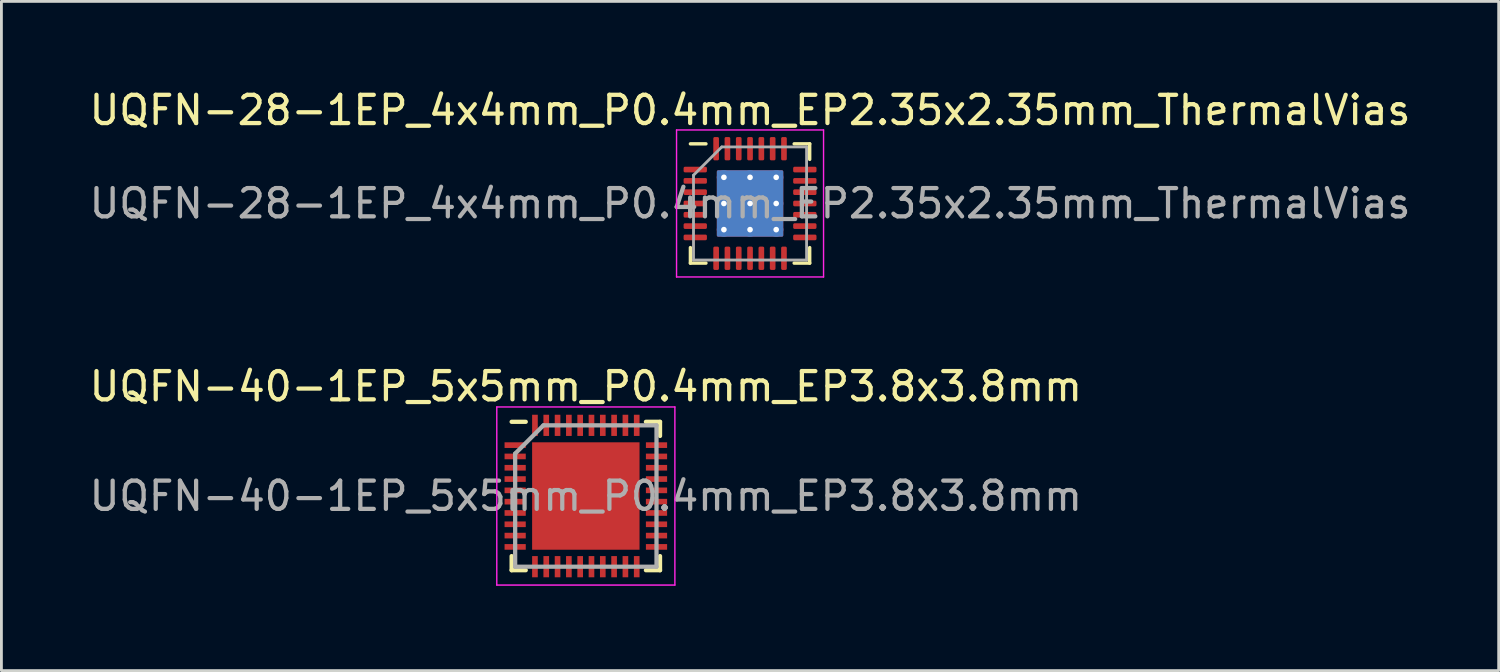
<source format=kicad_pcb>
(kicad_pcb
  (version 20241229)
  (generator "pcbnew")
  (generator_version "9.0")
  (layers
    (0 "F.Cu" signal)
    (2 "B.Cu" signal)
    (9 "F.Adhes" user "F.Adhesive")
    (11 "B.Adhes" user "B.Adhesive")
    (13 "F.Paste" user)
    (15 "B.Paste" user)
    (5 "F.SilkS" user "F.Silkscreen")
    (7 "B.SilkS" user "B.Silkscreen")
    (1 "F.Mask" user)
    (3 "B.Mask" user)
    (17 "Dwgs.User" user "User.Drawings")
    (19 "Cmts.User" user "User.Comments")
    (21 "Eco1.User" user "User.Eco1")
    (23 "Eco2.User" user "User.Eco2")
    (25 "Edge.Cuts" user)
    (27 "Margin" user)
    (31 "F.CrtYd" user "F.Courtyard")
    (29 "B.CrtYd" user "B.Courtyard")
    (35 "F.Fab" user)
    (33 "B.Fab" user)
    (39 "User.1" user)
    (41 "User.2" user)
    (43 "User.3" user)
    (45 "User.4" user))
  (footprint "UQFN-28-1EP_4x4mm_P0.4mm_EP2.35x2.35mm_ThermalVias"
    (layer "F.Cu")
    (at 23.482 4.148)
    (property "Reference" "UQFN-28-1EP_4x4mm_P0.4mm_EP2.35x2.35mm_ThermalVias" (at 0 -3.3 0) (layer "F.SilkS") (effects (font (size 1 1) (thickness 0.15))))
    (attr smd)
    (fp_line (start -2.11 2.11) (end -2.11 1.56) (stroke (width 0.12) (type solid)) (layer "F.SilkS"))
    (fp_line (start -1.56 -2.11) (end -2.11 -2.11) (stroke (width 0.12) (type solid)) (layer "F.SilkS"))
    (fp_line (start -1.56 2.11) (end -2.11 2.11) (stroke (width 0.12) (type solid)) (layer "F.SilkS"))
    (fp_line (start 1.56 -2.11) (end 2.11 -2.11) (stroke (width 0.12) (type solid)) (layer "F.SilkS"))
    (fp_line (start 1.56 2.11) (end 2.11 2.11) (stroke (width 0.12) (type solid)) (layer "F.SilkS"))
    (fp_line (start 2.11 -2.11) (end 2.11 -1.56) (stroke (width 0.12) (type solid)) (layer "F.SilkS"))
    (fp_line (start 2.11 2.11) (end 2.11 1.56) (stroke (width 0.12) (type solid)) (layer "F.SilkS"))
    (fp_line (start -2.6 -2.6) (end -2.6 2.6) (stroke (width 0.05) (type solid)) (layer "F.CrtYd"))
    (fp_line (start -2.6 2.6) (end 2.6 2.6) (stroke (width 0.05) (type solid)) (layer "F.CrtYd"))
    (fp_line (start 2.6 -2.6) (end -2.6 -2.6) (stroke (width 0.05) (type solid)) (layer "F.CrtYd"))
    (fp_line (start 2.6 2.6) (end 2.6 -2.6) (stroke (width 0.05) (type solid)) (layer "F.CrtYd"))
    (fp_line (start -2 -1) (end -1 -2) (stroke (width 0.1) (type solid)) (layer "F.Fab"))
    (fp_line (start -2 2) (end -2 -1) (stroke (width 0.1) (type solid)) (layer "F.Fab"))
    (fp_line (start -1 -2) (end 2 -2) (stroke (width 0.1) (type solid)) (layer "F.Fab"))
    (fp_line (start 2 -2) (end 2 2) (stroke (width 0.1) (type solid)) (layer "F.Fab"))
    (fp_line (start 2 2) (end -2 2) (stroke (width 0.1) (type solid)) (layer "F.Fab"))
    (fp_text user "${REFERENCE}" (at 0 0 0) (layer "F.Fab") (effects (font (size 1 1) (thickness 0.15))))
    (pad "" smd roundrect (at -0.59 -0.59) (size 0.98 0.98) (layers "F.Paste") (roundrect_rratio 0.25))
    (pad "" smd roundrect (at -0.59 0.59) (size 0.98 0.98) (layers "F.Paste") (roundrect_rratio 0.25))
    (pad "" smd roundrect (at 0.59 -0.59) (size 0.98 0.98) (layers "F.Paste") (roundrect_rratio 0.25))
    (pad "" smd roundrect (at 0.59 0.59) (size 0.98 0.98) (layers "F.Paste") (roundrect_rratio 0.25))
    (pad "1" smd roundrect (at -1.938 -1.2) (size 0.825 0.2) (layers "F.Cu" "F.Mask" "F.Paste") (roundrect_rratio 0.25))
    (pad "2" smd roundrect (at -1.938 -0.8) (size 0.825 0.2) (layers "F.Cu" "F.Mask" "F.Paste") (roundrect_rratio 0.25))
    (pad "3" smd roundrect (at -1.938 -0.4) (size 0.825 0.2) (layers "F.Cu" "F.Mask" "F.Paste") (roundrect_rratio 0.25))
    (pad "4" smd roundrect (at -1.938 0) (size 0.825 0.2) (layers "F.Cu" "F.Mask" "F.Paste") (roundrect_rratio 0.25))
    (pad "5" smd roundrect (at -1.938 0.4) (size 0.825 0.2) (layers "F.Cu" "F.Mask" "F.Paste") (roundrect_rratio 0.25))
    (pad "6" smd roundrect (at -1.938 0.8) (size 0.825 0.2) (layers "F.Cu" "F.Mask" "F.Paste") (roundrect_rratio 0.25))
    (pad "7" smd roundrect (at -1.938 1.2) (size 0.825 0.2) (layers "F.Cu" "F.Mask" "F.Paste") (roundrect_rratio 0.25))
    (pad "8" smd roundrect (at -1.2 1.938) (size 0.2 0.825) (layers "F.Cu" "F.Mask" "F.Paste") (roundrect_rratio 0.25))
    (pad "9" smd roundrect (at -0.8 1.938) (size 0.2 0.825) (layers "F.Cu" "F.Mask" "F.Paste") (roundrect_rratio 0.25))
    (pad "10" smd roundrect (at -0.4 1.938) (size 0.2 0.825) (layers "F.Cu" "F.Mask" "F.Paste") (roundrect_rratio 0.25))
    (pad "11" smd roundrect (at 0 1.938) (size 0.2 0.825) (layers "F.Cu" "F.Mask" "F.Paste") (roundrect_rratio 0.25))
    (pad "12" smd roundrect (at 0.4 1.938) (size 0.2 0.825) (layers "F.Cu" "F.Mask" "F.Paste") (roundrect_rratio 0.25))
    (pad "13" smd roundrect (at 0.8 1.938) (size 0.2 0.825) (layers "F.Cu" "F.Mask" "F.Paste") (roundrect_rratio 0.25))
    (pad "14" smd roundrect (at 1.2 1.938) (size 0.2 0.825) (layers "F.Cu" "F.Mask" "F.Paste") (roundrect_rratio 0.25))
    (pad "15" smd roundrect (at 1.938 1.2) (size 0.825 0.2) (layers "F.Cu" "F.Mask" "F.Paste") (roundrect_rratio 0.25))
    (pad "16" smd roundrect (at 1.938 0.8) (size 0.825 0.2) (layers "F.Cu" "F.Mask" "F.Paste") (roundrect_rratio 0.25))
    (pad "17" smd roundrect (at 1.938 0.4) (size 0.825 0.2) (layers "F.Cu" "F.Mask" "F.Paste") (roundrect_rratio 0.25))
    (pad "18" smd roundrect (at 1.938 0) (size 0.825 0.2) (layers "F.Cu" "F.Mask" "F.Paste") (roundrect_rratio 0.25))
    (pad "19" smd roundrect (at 1.938 -0.4) (size 0.825 0.2) (layers "F.Cu" "F.Mask" "F.Paste") (roundrect_rratio 0.25))
    (pad "20" smd roundrect (at 1.938 -0.8) (size 0.825 0.2) (layers "F.Cu" "F.Mask" "F.Paste") (roundrect_rratio 0.25))
    (pad "21" smd roundrect (at 1.938 -1.2) (size 0.825 0.2) (layers "F.Cu" "F.Mask" "F.Paste") (roundrect_rratio 0.25))
    (pad "22" smd roundrect (at 1.2 -1.938) (size 0.2 0.825) (layers "F.Cu" "F.Mask" "F.Paste") (roundrect_rratio 0.25))
    (pad "23" smd roundrect (at 0.8 -1.938) (size 0.2 0.825) (layers "F.Cu" "F.Mask" "F.Paste") (roundrect_rratio 0.25))
    (pad "24" smd roundrect (at 0.4 -1.938) (size 0.2 0.825) (layers "F.Cu" "F.Mask" "F.Paste") (roundrect_rratio 0.25))
    (pad "25" smd roundrect (at 0 -1.938) (size 0.2 0.825) (layers "F.Cu" "F.Mask" "F.Paste") (roundrect_rratio 0.25))
    (pad "26" smd roundrect (at -0.4 -1.938) (size 0.2 0.825) (layers "F.Cu" "F.Mask" "F.Paste") (roundrect_rratio 0.25))
    (pad "27" smd roundrect (at -0.8 -1.938) (size 0.2 0.825) (layers "F.Cu" "F.Mask" "F.Paste") (roundrect_rratio 0.25))
    (pad "28" smd roundrect (at -1.2 -1.938) (size 0.2 0.825) (layers "F.Cu" "F.Mask" "F.Paste") (roundrect_rratio 0.25))
    (pad "29" thru_hole circle (at -0.925 -0.925) (size 0.5 0.5) (drill 0.2) (layers "*.Cu"))
    (pad "29" thru_hole circle (at -0.925 0) (size 0.5 0.5) (drill 0.2) (layers "*.Cu"))
    (pad "29" thru_hole circle (at -0.925 0.925) (size 0.5 0.5) (drill 0.2) (layers "*.Cu"))
    (pad "29" thru_hole circle (at 0 -0.925) (size 0.5 0.5) (drill 0.2) (layers "*.Cu"))
    (pad "29" thru_hole circle (at 0 0) (size 0.5 0.5) (drill 0.2) (layers "*.Cu"))
    (pad "29" smd roundrect (at 0 0) (size 2.35 2.35) (layers "F.Cu" "F.Mask") (roundrect_rratio 0.021))
    (pad "29" smd roundrect (at 0 0) (size 2.35 2.35) (layers "B.Cu") (roundrect_rratio 0.021))
    (pad "29" thru_hole circle (at 0 0.925) (size 0.5 0.5) (drill 0.2) (layers "*.Cu"))
    (pad "29" thru_hole circle (at 0.925 -0.925) (size 0.5 0.5) (drill 0.2) (layers "*.Cu"))
    (pad "29" thru_hole circle (at 0.925 0) (size 0.5 0.5) (drill 0.2) (layers "*.Cu"))
    (pad "29" thru_hole circle (at 0.925 0.925) (size 0.5 0.5) (drill 0.2) (layers "*.Cu")))
  (footprint "UQFN-40-1EP_5x5mm_P0.4mm_EP3.8x3.8mm"
    (layer "F.Cu")
    (at 17.673 14.496)
    (property "Reference" "UQFN-40-1EP_5x5mm_P0.4mm_EP3.8x3.8mm" (at 0 -3.875 0) (layer "F.SilkS") (effects (font (size 1 1) (thickness 0.15))))
    (attr smd)
    (fp_line (start -2.625 -2.625) (end -2.125 -2.625) (stroke (width 0.15) (type solid)) (layer "F.SilkS"))
    (fp_line (start -2.625 2.625) (end -2.625 2.125) (stroke (width 0.15) (type solid)) (layer "F.SilkS"))
    (fp_line (start -2.625 2.625) (end -2.125 2.625) (stroke (width 0.15) (type solid)) (layer "F.SilkS"))
    (fp_line (start 2.625 -2.625) (end 2.125 -2.625) (stroke (width 0.15) (type solid)) (layer "F.SilkS"))
    (fp_line (start 2.625 -2.625) (end 2.625 -2.125) (stroke (width 0.15) (type solid)) (layer "F.SilkS"))
    (fp_line (start 2.625 2.625) (end 2.125 2.625) (stroke (width 0.15) (type solid)) (layer "F.SilkS"))
    (fp_line (start 2.625 2.625) (end 2.625 2.125) (stroke (width 0.15) (type solid)) (layer "F.SilkS"))
    (fp_line (start -3.15 -3.15) (end -3.15 3.15) (stroke (width 0.05) (type solid)) (layer "F.CrtYd"))
    (fp_line (start -3.15 -3.15) (end 3.15 -3.15) (stroke (width 0.05) (type solid)) (layer "F.CrtYd"))
    (fp_line (start -3.15 3.15) (end 3.15 3.15) (stroke (width 0.05) (type solid)) (layer "F.CrtYd"))
    (fp_line (start 3.15 -3.15) (end 3.15 3.15) (stroke (width 0.05) (type solid)) (layer "F.CrtYd"))
    (fp_line (start -2.5 -1.5) (end -1.5 -2.5) (stroke (width 0.15) (type solid)) (layer "F.Fab"))
    (fp_line (start -2.5 2.5) (end -2.5 -1.5) (stroke (width 0.15) (type solid)) (layer "F.Fab"))
    (fp_line (start -1.5 -2.5) (end 2.5 -2.5) (stroke (width 0.15) (type solid)) (layer "F.Fab"))
    (fp_line (start 2.5 -2.5) (end 2.5 2.5) (stroke (width 0.15) (type solid)) (layer "F.Fab"))
    (fp_line (start 2.5 2.5) (end -2.5 2.5) (stroke (width 0.15) (type solid)) (layer "F.Fab"))
    (fp_text user "${REFERENCE}" (at 0 0 0) (layer "F.Fab") (effects (font (size 1 1) (thickness 0.15))))
    (pad "" smd rect (at -1.267 -1.267) (size 1.02 1.02) (layers "F.Paste"))
    (pad "" smd rect (at -1.267 0) (size 1.02 1.02) (layers "F.Paste"))
    (pad "" smd rect (at -1.267 1.267) (size 1.02 1.02) (layers "F.Paste"))
    (pad "" smd rect (at 0 -1.267) (size 1.02 1.02) (layers "F.Paste"))
    (pad "" smd rect (at 0 0) (size 1.02 1.02) (layers "F.Paste"))
    (pad "" smd rect (at 0 1.267) (size 1.02 1.02) (layers "F.Paste"))
    (pad "" smd rect (at 1.267 -1.267) (size 1.02 1.02) (layers "F.Paste"))
    (pad "" smd rect (at 1.267 0) (size 1.02 1.02) (layers "F.Paste"))
    (pad "" smd rect (at 1.267 1.267) (size 1.02 1.02) (layers "F.Paste"))
    (pad "1" smd rect (at -2.5 -1.8) (size 0.75 0.2) (layers "F.Cu" "F.Mask" "F.Paste"))
    (pad "2" smd rect (at -2.5 -1.4) (size 0.75 0.2) (layers "F.Cu" "F.Mask" "F.Paste"))
    (pad "3" smd rect (at -2.5 -1) (size 0.75 0.2) (layers "F.Cu" "F.Mask" "F.Paste"))
    (pad "4" smd rect (at -2.5 -0.6) (size 0.75 0.2) (layers "F.Cu" "F.Mask" "F.Paste"))
    (pad "5" smd rect (at -2.5 -0.2) (size 0.75 0.2) (layers "F.Cu" "F.Mask" "F.Paste"))
    (pad "6" smd rect (at -2.5 0.2) (size 0.75 0.2) (layers "F.Cu" "F.Mask" "F.Paste"))
    (pad "7" smd rect (at -2.5 0.6) (size 0.75 0.2) (layers "F.Cu" "F.Mask" "F.Paste"))
    (pad "8" smd rect (at -2.5 1) (size 0.75 0.2) (layers "F.Cu" "F.Mask" "F.Paste"))
    (pad "9" smd rect (at -2.5 1.4) (size 0.75 0.2) (layers "F.Cu" "F.Mask" "F.Paste"))
    (pad "10" smd rect (at -2.5 1.8) (size 0.75 0.2) (layers "F.Cu" "F.Mask" "F.Paste"))
    (pad "11" smd rect (at -1.8 2.5 90) (size 0.75 0.2) (layers "F.Cu" "F.Mask" "F.Paste"))
    (pad "12" smd rect (at -1.4 2.5 90) (size 0.75 0.2) (layers "F.Cu" "F.Mask" "F.Paste"))
    (pad "13" smd rect (at -1 2.5 90) (size 0.75 0.2) (layers "F.Cu" "F.Mask" "F.Paste"))
    (pad "14" smd rect (at -0.6 2.5 90) (size 0.75 0.2) (layers "F.Cu" "F.Mask" "F.Paste"))
    (pad "15" smd rect (at -0.2 2.5 90) (size 0.75 0.2) (layers "F.Cu" "F.Mask" "F.Paste"))
    (pad "16" smd rect (at 0.2 2.5 90) (size 0.75 0.2) (layers "F.Cu" "F.Mask" "F.Paste"))
    (pad "17" smd rect (at 0.6 2.5 90) (size 0.75 0.2) (layers "F.Cu" "F.Mask" "F.Paste"))
    (pad "18" smd rect (at 1 2.5 90) (size 0.75 0.2) (layers "F.Cu" "F.Mask" "F.Paste"))
    (pad "19" smd rect (at 1.4 2.5 90) (size 0.75 0.2) (layers "F.Cu" "F.Mask" "F.Paste"))
    (pad "20" smd rect (at 1.8 2.5 90) (size 0.75 0.2) (layers "F.Cu" "F.Mask" "F.Paste"))
    (pad "21" smd rect (at 2.5 1.8) (size 0.75 0.2) (layers "F.Cu" "F.Mask" "F.Paste"))
    (pad "22" smd rect (at 2.5 1.4) (size 0.75 0.2) (layers "F.Cu" "F.Mask" "F.Paste"))
    (pad "23" smd rect (at 2.5 1) (size 0.75 0.2) (layers "F.Cu" "F.Mask" "F.Paste"))
    (pad "24" smd rect (at 2.5 0.6) (size 0.75 0.2) (layers "F.Cu" "F.Mask" "F.Paste"))
    (pad "25" smd rect (at 2.5 0.2) (size 0.75 0.2) (layers "F.Cu" "F.Mask" "F.Paste"))
    (pad "26" smd rect (at 2.5 -0.2) (size 0.75 0.2) (layers "F.Cu" "F.Mask" "F.Paste"))
    (pad "27" smd rect (at 2.5 -0.6) (size 0.75 0.2) (layers "F.Cu" "F.Mask" "F.Paste"))
    (pad "28" smd rect (at 2.5 -1) (size 0.75 0.2) (layers "F.Cu" "F.Mask" "F.Paste"))
    (pad "29" smd rect (at 2.5 -1.4) (size 0.75 0.2) (layers "F.Cu" "F.Mask" "F.Paste"))
    (pad "30" smd rect (at 2.5 -1.8) (size 0.75 0.2) (layers "F.Cu" "F.Mask" "F.Paste"))
    (pad "31" smd rect (at 1.8 -2.5 90) (size 0.75 0.2) (layers "F.Cu" "F.Mask" "F.Paste"))
    (pad "32" smd rect (at 1.4 -2.5 90) (size 0.75 0.2) (layers "F.Cu" "F.Mask" "F.Paste"))
    (pad "33" smd rect (at 1 -2.5 90) (size 0.75 0.2) (layers "F.Cu" "F.Mask" "F.Paste"))
    (pad "34" smd rect (at 0.6 -2.5 90) (size 0.75 0.2) (layers "F.Cu" "F.Mask" "F.Paste"))
    (pad "35" smd rect (at 0.2 -2.5 90) (size 0.75 0.2) (layers "F.Cu" "F.Mask" "F.Paste"))
    (pad "36" smd rect (at -0.2 -2.5 90) (size 0.75 0.2) (layers "F.Cu" "F.Mask" "F.Paste"))
    (pad "37" smd rect (at -0.6 -2.5 90) (size 0.75 0.2) (layers "F.Cu" "F.Mask" "F.Paste"))
    (pad "38" smd rect (at -1 -2.5 90) (size 0.75 0.2) (layers "F.Cu" "F.Mask" "F.Paste"))
    (pad "39" smd rect (at -1.4 -2.5 90) (size 0.75 0.2) (layers "F.Cu" "F.Mask" "F.Paste"))
    (pad "40" smd rect (at -1.8 -2.5 90) (size 0.75 0.2) (layers "F.Cu" "F.Mask" "F.Paste"))
    (pad "41" smd rect (at 0 0) (size 3.8 3.8) (layers "F.Cu" "F.Mask")))
  (gr_rect
    (start -3 -3)
    (end 49.964 20.672)
    (stroke (width 0.1) (type default))
    (fill no)
    (layer "Edge.Cuts")))
</source>
